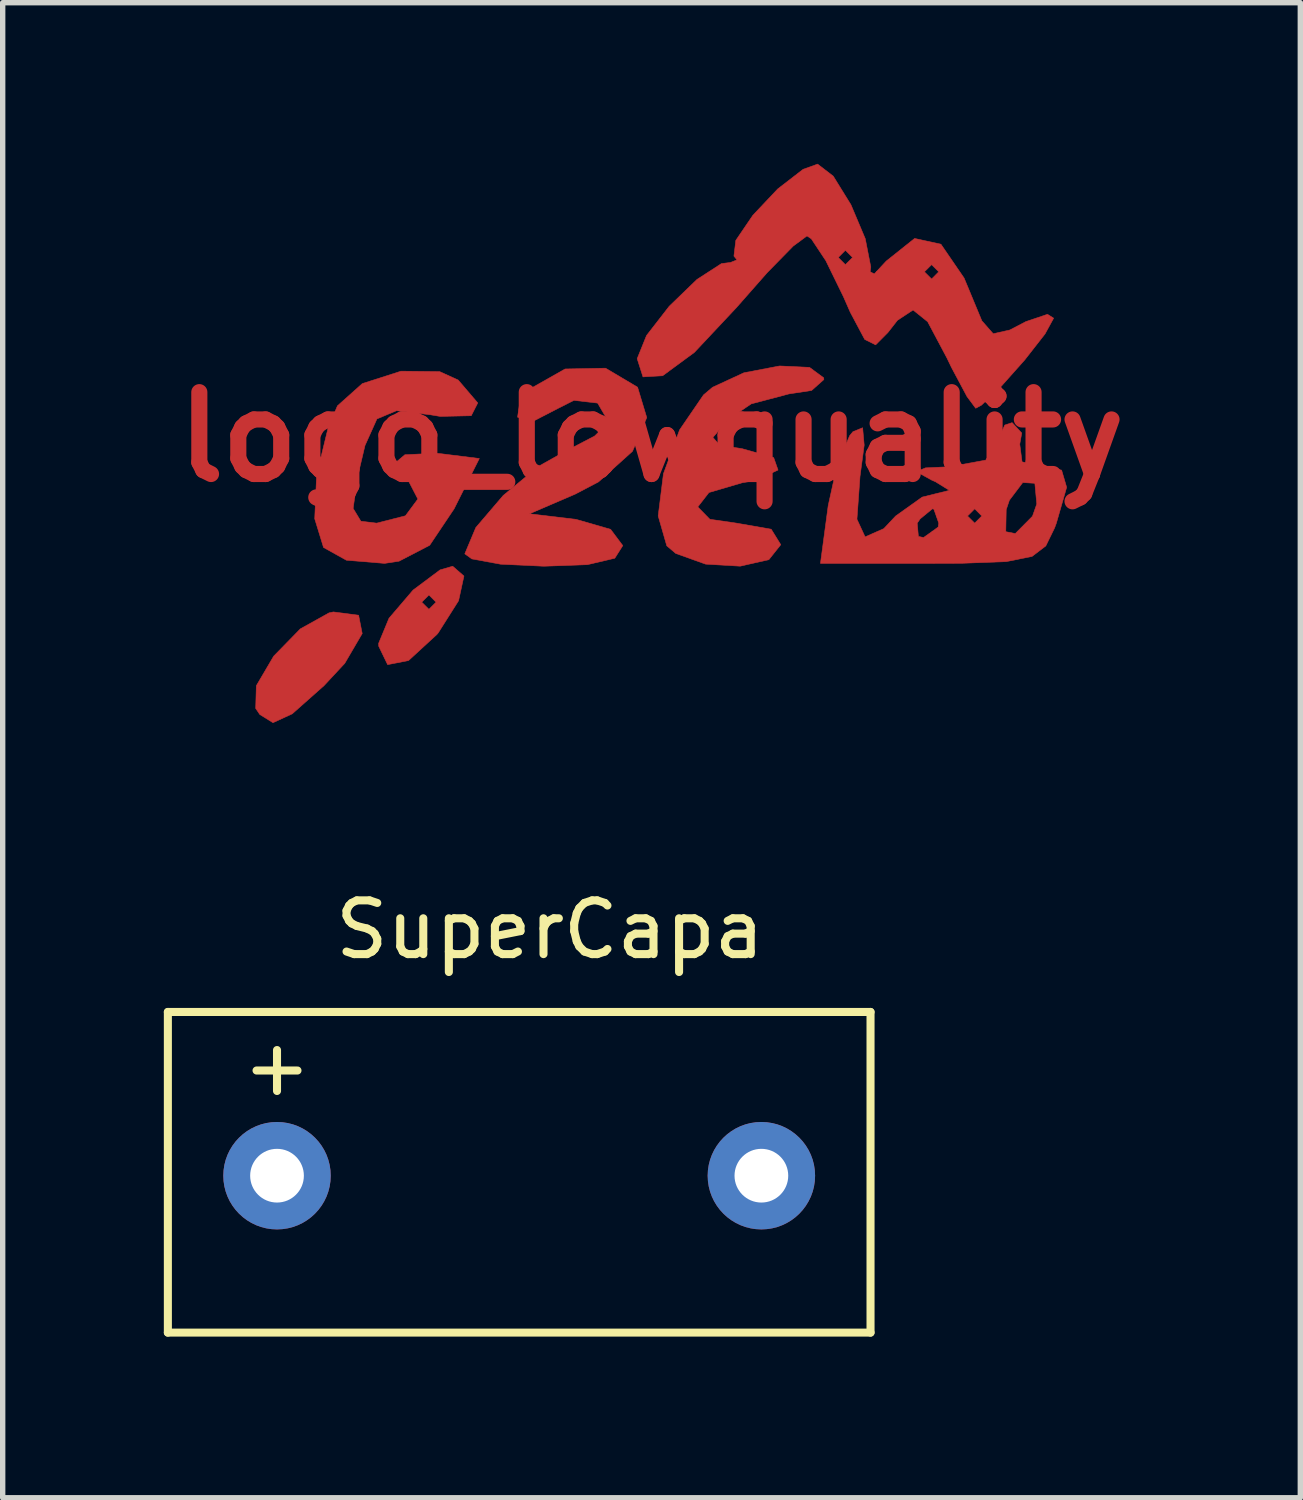
<source format=kicad_pcb>
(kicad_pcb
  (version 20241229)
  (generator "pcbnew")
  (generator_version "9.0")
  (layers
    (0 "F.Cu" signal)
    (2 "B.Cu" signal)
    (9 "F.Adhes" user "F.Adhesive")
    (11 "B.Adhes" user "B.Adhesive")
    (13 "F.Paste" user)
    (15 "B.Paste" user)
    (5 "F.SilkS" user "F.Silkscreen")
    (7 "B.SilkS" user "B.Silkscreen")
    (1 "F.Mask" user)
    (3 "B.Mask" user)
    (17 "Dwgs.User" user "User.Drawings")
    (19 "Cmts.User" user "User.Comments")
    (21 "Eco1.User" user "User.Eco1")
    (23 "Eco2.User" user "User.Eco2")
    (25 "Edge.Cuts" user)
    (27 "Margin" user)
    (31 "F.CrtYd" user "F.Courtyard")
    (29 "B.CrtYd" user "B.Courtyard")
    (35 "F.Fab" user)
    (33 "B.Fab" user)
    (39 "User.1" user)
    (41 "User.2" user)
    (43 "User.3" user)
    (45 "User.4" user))
  (footprint "SuperCapa"
    (layer "F.Cu")
    (at 7.187 13.757)
    (property "Reference" "SuperCapa" (at 0 0.5 0) (layer "F.SilkS") (effects (font (size 1 1) (thickness 0.15))))
    (attr through_hole)
    (fp_line (start -7.112 2.032) (end 5.969 2.032) (stroke (width 0.15) (type solid)) (layer "F.SilkS"))
    (fp_line (start -7.112 8.001) (end -7.112 2.032) (stroke (width 0.15) (type solid)) (layer "F.SilkS"))
    (fp_line (start -7.112 8.001) (end 5.969 8.001) (stroke (width 0.15) (type solid)) (layer "F.SilkS"))
    (fp_line (start 5.969 2.032) (end 5.969 8.001) (stroke (width 0.15) (type solid)) (layer "F.SilkS"))
    (fp_text user "+" (at -5.08 3.048 0) (layer "F.SilkS") (effects (font (size 1 1) (thickness 0.15))))
    (pad "1" thru_hole circle (at -5.08 5.08) (size 2 2) (drill 1) (layers "*.Cu" "*.Mask"))
    (pad "2" thru_hole circle (at 3.937 5.08) (size 2 2) (drill 1) (layers "*.Cu" "*.Mask")))
  (footprint "logo_lowquality"
    (layer "F.Cu")
    (at 9.079 5.085)
    (property "Reference" "logo_lowquality" (at 0 0 0) (layer "F.Cu") (effects (font (size 1.524 1.524) (thickness 0.3))))
    (attr through_hole)
    (fp_poly (pts (xy -5.453 3.318) (xy -5.386 3.659) (xy -5.711 4.214) (xy -6.097 4.629) (xy -6.689 5.154) (xy -7.047 5.319) (xy -7.292 5.167) (xy -7.369 5.053) (xy -7.357 4.63) (xy -7.034 4.08) (xy -6.538 3.572) (xy -6.003 3.274) (xy -5.922 3.257) (xy -5.453 3.318)) (stroke (width 0.01) (type solid)) (fill yes) (layer "F.Cu"))
    (fp_poly (pts (xy -3.492 2.589) (xy -3.592 3.048) (xy -3.971 3.647) (xy -3.995 3.676) (xy -4.524 4.162) (xy -4.913 4.238) (xy -5.079 3.894) (xy -5.08 3.841) (xy -4.887 3.374) (xy -4.631 3.075) (xy -4.278 3.075) (xy -4.144 3.208) (xy -4.011 3.075) (xy -4.144 2.941) (xy -4.278 3.075) (xy -4.631 3.075) (xy -4.439 2.85) (xy -3.936 2.474) (xy -3.702 2.406) (xy -3.492 2.589)) (stroke (width 0.01) (type solid)) (fill yes) (layer "F.Cu"))
    (fp_poly (pts (xy -0.26 -0.927) (xy -0.089 -0.361) (xy -0.354 0.266) (xy -0.987 0.836) (xy -1.421 1.064) (xy -2.273 1.43) (xy -1.404 1.534) (xy -0.762 1.719) (xy -0.535 2.022) (xy -0.684 2.257) (xy -1.194 2.377) (xy -2.005 2.406) (xy -2.811 2.368) (xy -3.345 2.27) (xy -3.476 2.175) (xy -3.271 1.686) (xy -2.761 1.089) (xy -2.104 0.546) (xy -1.613 0.271) (xy -1.059 -0.018) (xy -0.804 -0.269) (xy -0.802 -0.284) (xy -1.003 -0.631) (xy -1.445 -0.682) (xy -1.741 -0.532) (xy -2.214 -0.288) (xy -2.494 -0.369) (xy -2.446 -0.689) (xy -2.289 -0.881) (xy -1.609 -1.266) (xy -0.856 -1.281) (xy -0.26 -0.927)) (stroke (width 0.01) (type solid)) (fill yes) (layer "F.Cu"))
    (fp_poly (pts (xy 2.941 -1.296) (xy 3.205 -1.102) (xy 3.208 -1.069) (xy 2.98 -0.866) (xy 2.559 -0.802) (xy 1.855 -0.616) (xy 1.439 -0.334) (xy 1.142 0.008) (xy 1.271 0.155) (xy 1.687 0.218) (xy 2.274 0.384) (xy 2.355 0.615) (xy 1.928 0.813) (xy 1.692 0.851) (xy 1.069 1.034) (xy 0.861 1.302) (xy 1.086 1.532) (xy 1.582 1.604) (xy 2.228 1.717) (xy 2.406 2.005) (xy 2.184 2.284) (xy 1.65 2.405) (xy 1.006 2.367) (xy 0.451 2.168) (xy 0.284 2.026) (xy 0.124 1.47) (xy 0.222 0.684) (xy 0.523 -0.133) (xy 0.968 -0.783) (xy 1.137 -0.926) (xy 1.719 -1.195) (xy 2.383 -1.322) (xy 2.941 -1.296)) (stroke (width 0.01) (type solid)) (fill yes) (layer "F.Cu"))
    (fp_poly (pts (xy -3.944 -1.217) (xy -3.599 -1.06) (xy -3.235 -0.634) (xy -3.356 -0.396) (xy -3.934 -0.383) (xy -4.114 -0.413) (xy -4.749 -0.489) (xy -5.112 -0.336) (xy -5.334 0.158) (xy -5.471 0.735) (xy -5.555 1.33) (xy -5.411 1.568) (xy -5.117 1.604) (xy -4.581 1.467) (xy -4.35 1.155) (xy -4.525 0.817) (xy -4.57 0.787) (xy -4.807 0.512) (xy -4.592 0.331) (xy -4.009 0.302) (xy -3.9 0.314) (xy -3.206 0.401) (xy -3.675 1.337) (xy -4.13 2.016) (xy -4.7 2.312) (xy -4.969 2.353) (xy -5.681 2.294) (xy -6.106 2.057) (xy -6.27 1.523) (xy -6.235 0.712) (xy -6.022 -0.165) (xy -5.847 -0.58) (xy -5.384 -0.994) (xy -4.664 -1.225) (xy -3.944 -1.217)) (stroke (width 0.01) (type solid)) (fill yes) (layer "F.Cu"))
    (fp_poly (pts (xy 6.892 -0.073) (xy 6.855 0.134) (xy 6.898 0.463) (xy 7.227 0.535) (xy 7.634 0.617) (xy 7.728 0.937) (xy 7.536 1.605) (xy 7.503 1.694) (xy 7.34 2.028) (xy 7.083 2.224) (xy 6.605 2.32) (xy 5.782 2.351) (xy 5.199 2.353) (xy 3.145 2.353) (xy 3.289 1.278) (xy 3.456 0.518) (xy 3.689 -0.025) (xy 3.75 -0.099) (xy 3.93 -0.172) (xy 3.959 0.151) (xy 3.881 0.735) (xy 3.824 1.531) (xy 3.976 1.86) (xy 4.324 1.706) (xy 4.42 1.604) (xy 4.946 1.604) (xy 4.968 1.851) (xy 5.064 1.872) (xy 5.217 1.763) (xy 6.595 1.763) (xy 6.772 1.798) (xy 7.092 1.475) (xy 7.172 1.248) (xy 7.136 0.862) (xy 6.911 0.848) (xy 6.662 1.177) (xy 6.603 1.352) (xy 6.595 1.763) (xy 5.217 1.763) (xy 5.336 1.677) (xy 5.347 1.604) (xy 5.301 1.471) (xy 5.882 1.471) (xy 6.016 1.604) (xy 6.149 1.471) (xy 6.016 1.337) (xy 5.882 1.471) (xy 5.301 1.471) (xy 5.256 1.344) (xy 5.229 1.337) (xy 5.001 1.524) (xy 4.946 1.604) (xy 4.42 1.604) (xy 4.545 1.471) (xy 5.039 1.119) (xy 5.313 1.051) (xy 5.545 0.994) (xy 5.287 0.834) (xy 5.214 0.802) (xy 4.932 0.646) (xy 5.099 0.575) (xy 5.548 0.554) (xy 6.221 0.431) (xy 6.417 0.134) (xy 6.576 -0.222) (xy 6.713 -0.267) (xy 6.892 -0.073)) (stroke (width 0.01) (type solid)) (fill yes) (layer "F.Cu"))
    (fp_poly (pts (xy 3.383 -4.856) (xy 3.712 -4.324) (xy 3.979 -3.691) (xy 4.082 -3.164) (xy 4.07 -3.075) (xy 4.148 -3.036) (xy 4.184 -3.075) (xy 5.08 -3.075) (xy 5.214 -2.941) (xy 5.347 -3.075) (xy 5.214 -3.208) (xy 5.08 -3.075) (xy 4.184 -3.075) (xy 4.37 -3.275) (xy 4.898 -3.696) (xy 5.387 -3.589) (xy 5.818 -2.96) (xy 5.882 -2.807) (xy 6.149 -2.163) (xy 6.361 -1.922) (xy 6.67 -1.992) (xy 6.969 -2.148) (xy 7.371 -2.284) (xy 7.486 -2.212) (xy 7.326 -1.919) (xy 6.947 -1.434) (xy 6.5 -0.932) (xy 6.14 -0.591) (xy 6.035 -0.535) (xy 5.874 -0.751) (xy 5.588 -1.287) (xy 5.499 -1.471) (xy 5.141 -2.145) (xy 4.869 -2.364) (xy 4.578 -2.172) (xy 4.4 -1.944) (xy 4.172 -1.715) (xy 3.969 -1.816) (xy 3.701 -2.32) (xy 3.572 -2.613) (xy 3.244 -3.284) (xy 3.205 -3.342) (xy 3.476 -3.342) (xy 3.609 -3.208) (xy 3.743 -3.342) (xy 3.609 -3.476) (xy 3.476 -3.342) (xy 3.205 -3.342) (xy 2.975 -3.689) (xy 2.894 -3.743) (xy 2.638 -3.554) (xy 2.153 -3.059) (xy 1.578 -2.406) (xy 0.798 -1.575) (xy 0.207 -1.14) (xy -0.159 -1.119) (xy -0.267 -1.458) (xy -0.093 -1.889) (xy 0.329 -2.433) (xy 0.845 -2.932) (xy 1.302 -3.228) (xy 1.471 -3.249) (xy 1.591 -3.297) (xy 1.534 -3.368) (xy 1.569 -3.66) (xy 1.887 -4.128) (xy 2.351 -4.619) (xy 2.822 -4.983) (xy 3.092 -5.08) (xy 3.383 -4.856)) (stroke (width 0.01) (type solid)) (fill yes) (layer "F.Cu")))
  (gr_rect
    (start -3 -3)
    (end 21.157 24.833)
    (stroke (width 0.1) (type default))
    (fill no)
    (layer "Edge.Cuts")))
</source>
